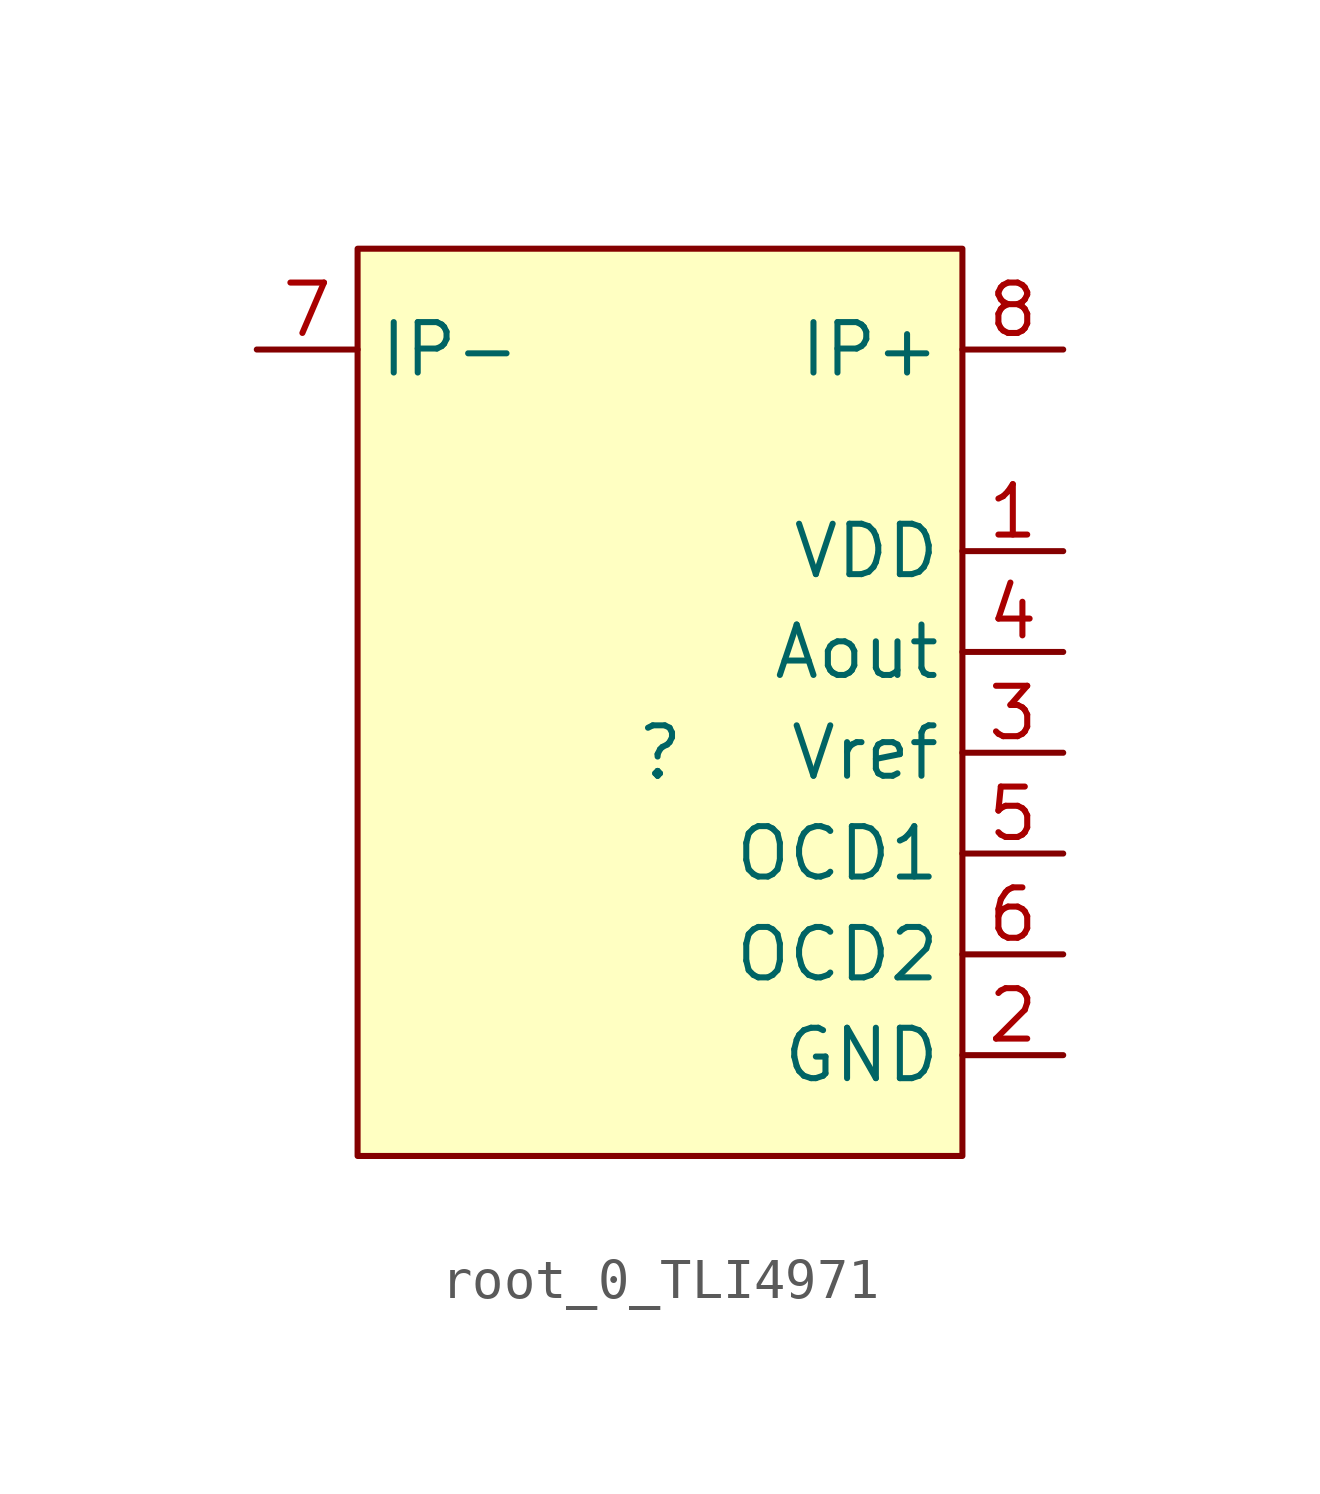
<source format=kicad_sym>
(kicad_symbol_lib
  (version 20220914)
  (generator kicad_symbol_editor)
  (symbol "root_0_TLI4971"
    (property "Reference" ""
      (at 0 0 0)
      (effects (font (size 1.27 1.27))))
    (property "Value" ""
      (at 0 0 0)
      (effects (font (size 1.27 1.27))))
    (symbol "root_0_TLI4971_1_0"
      (rectangle (start 7.62 12.7) (end -7.62 -10.16) (stroke (width 0) (type solid)) (fill (type background)))
      (pin power_in line (at 10.16 5.08 180) (length 2.54) (name "VDD" (effects (font (size 1.27 1.27)))) (number "1" (effects (font (size 1.27 1.27)))))
      (pin power_in line (at 10.16 -7.62 180) (length 2.54) (name "GND" (effects (font (size 1.27 1.27)))) (number "2" (effects (font (size 1.27 1.27)))))
      (pin bidirectional line (at 10.16 0 180) (length 2.54) (name "Vref" (effects (font (size 1.27 1.27)))) (number "3" (effects (font (size 1.27 1.27)))))
      (pin output line (at 10.16 2.54 180) (length 2.54) (name "Aout" (effects (font (size 1.27 1.27)))) (number "4" (effects (font (size 1.27 1.27)))))
      (pin output line (at 10.16 -2.54 180) (length 2.54) (name "OCD1" (effects (font (size 1.27 1.27)))) (number "5" (effects (font (size 1.27 1.27)))))
      (pin output line (at 10.16 -5.08 180) (length 2.54) (name "OCD2" (effects (font (size 1.27 1.27)))) (number "6" (effects (font (size 1.27 1.27)))))
      (pin open_collector line (at -10.16 10.16 0) (length 2.54) (name "IP-" (effects (font (size 1.27 1.27)))) (number "7" (effects (font (size 1.27 1.27)))))
      (pin power_in line (at 10.16 10.16 180) (length 2.54) (name "IP+" (effects (font (size 1.27 1.27)))) (number "8" (effects (font (size 1.27 1.27))))))))
</source>
